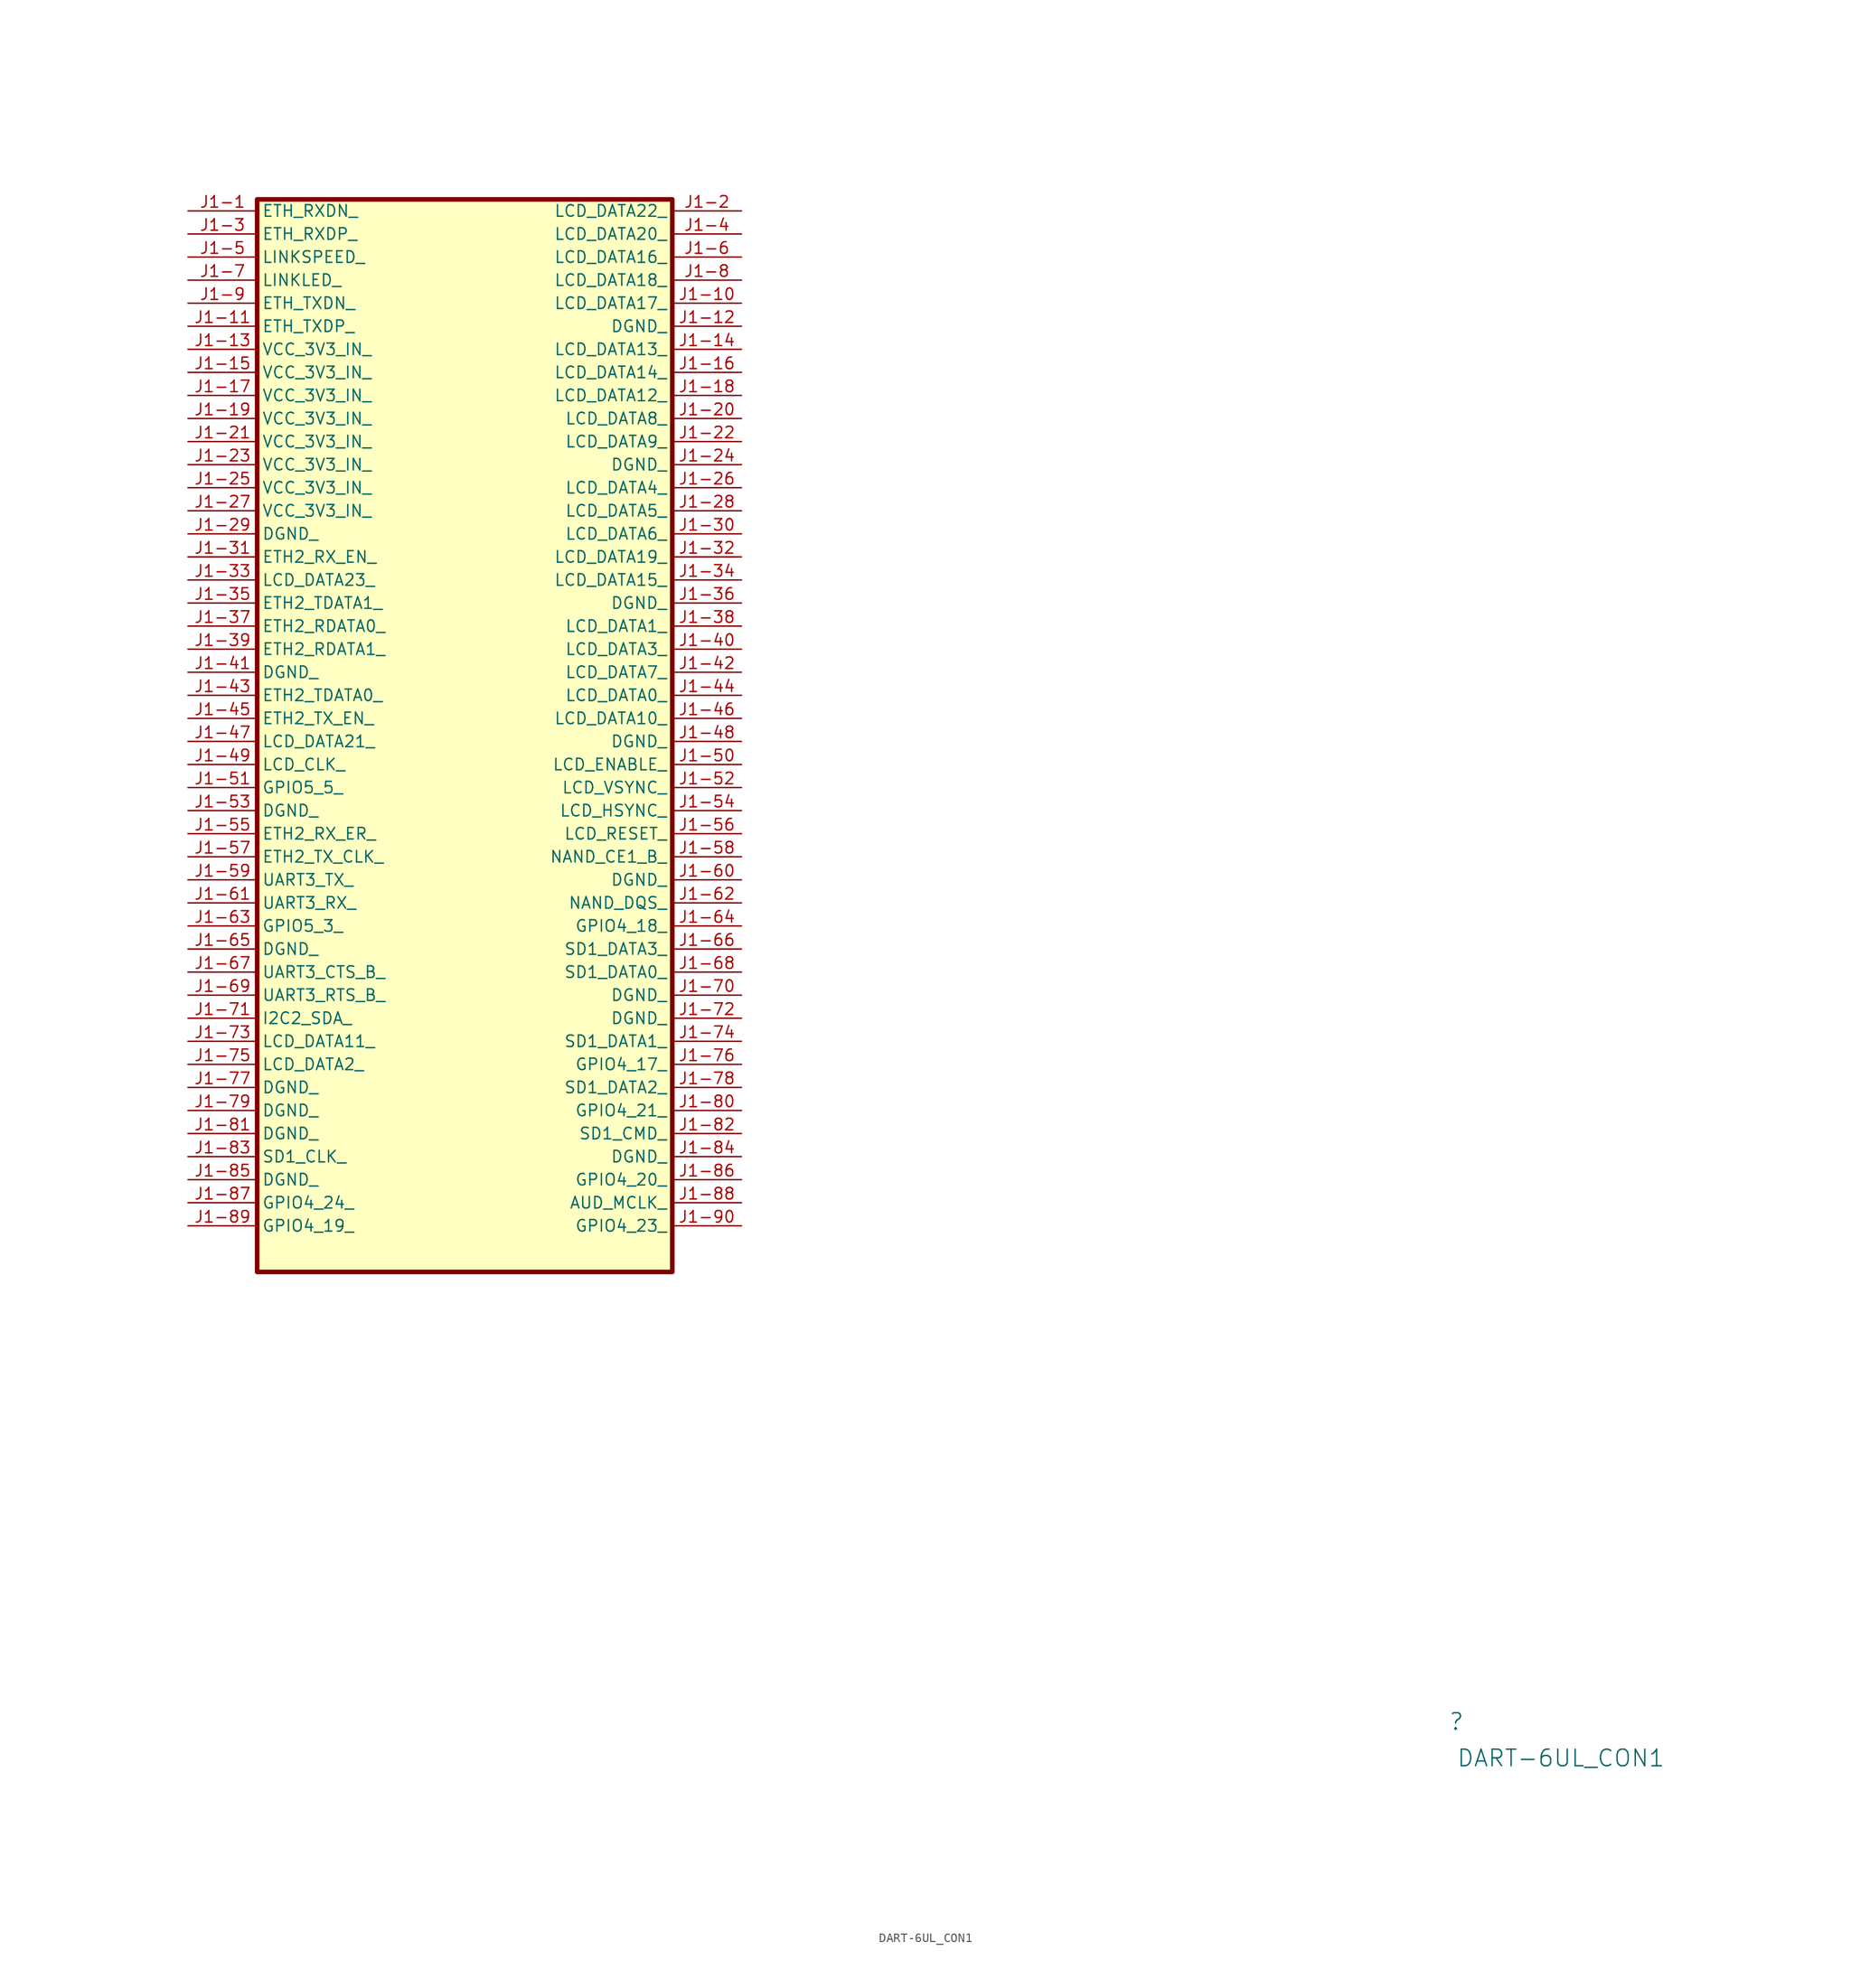
<source format=kicad_sym>
(kicad_symbol_lib
  (version 20241209)
  (generator "kicad_symbol_editor")
  (generator_version "9.0")
  (symbol "DART-6UL_CON1"
    (property "Reference" ""
      (at 7.62 1.27 0)
      (effects (font (size 1.829 1.829))))
    (property "Value" "DART-6UL_CON1"
      (at 7.62 -3.81 0)
      (effects (font (size 1.829 1.829)) (justify left bottom)))
    (symbol "DART-6UL_CON1_1_0"
      (rectangle (start -78.74 168.91) (end -124.46 50.8) (stroke (width 0.508) (type solid) (color 128 0 0 1)) (fill (type background)))
      (pin passive line (at -132.08 167.64 0) (length 7.62) (name "ETH_RXDN_" (effects (font (size 1.27 1.27)))) (number "J1-1" (effects (font (size 1.27 1.27)))))
      (pin passive line (at -132.08 165.1 0) (length 7.62) (name "ETH_RXDP_" (effects (font (size 1.27 1.27)))) (number "J1-3" (effects (font (size 1.27 1.27)))))
      (pin passive line (at -132.08 162.56 0) (length 7.62) (name "LINKSPEED_" (effects (font (size 1.27 1.27)))) (number "J1-5" (effects (font (size 1.27 1.27)))))
      (pin passive line (at -132.08 160.02 0) (length 7.62) (name "LINKLED_" (effects (font (size 1.27 1.27)))) (number "J1-7" (effects (font (size 1.27 1.27)))))
      (pin passive line (at -132.08 157.48 0) (length 7.62) (name "ETH_TXDN_" (effects (font (size 1.27 1.27)))) (number "J1-9" (effects (font (size 1.27 1.27)))))
      (pin passive line (at -132.08 154.94 0) (length 7.62) (name "ETH_TXDP_" (effects (font (size 1.27 1.27)))) (number "J1-11" (effects (font (size 1.27 1.27)))))
      (pin passive line (at -132.08 152.4 0) (length 7.62) (name "VCC_3V3_IN_" (effects (font (size 1.27 1.27)))) (number "J1-13" (effects (font (size 1.27 1.27)))))
      (pin passive line (at -132.08 149.86 0) (length 7.62) (name "VCC_3V3_IN_" (effects (font (size 1.27 1.27)))) (number "J1-15" (effects (font (size 1.27 1.27)))))
      (pin passive line (at -132.08 147.32 0) (length 7.62) (name "VCC_3V3_IN_" (effects (font (size 1.27 1.27)))) (number "J1-17" (effects (font (size 1.27 1.27)))))
      (pin passive line (at -132.08 144.78 0) (length 7.62) (name "VCC_3V3_IN_" (effects (font (size 1.27 1.27)))) (number "J1-19" (effects (font (size 1.27 1.27)))))
      (pin passive line (at -132.08 142.24 0) (length 7.62) (name "VCC_3V3_IN_" (effects (font (size 1.27 1.27)))) (number "J1-21" (effects (font (size 1.27 1.27)))))
      (pin passive line (at -132.08 139.7 0) (length 7.62) (name "VCC_3V3_IN_" (effects (font (size 1.27 1.27)))) (number "J1-23" (effects (font (size 1.27 1.27)))))
      (pin passive line (at -132.08 137.16 0) (length 7.62) (name "VCC_3V3_IN_" (effects (font (size 1.27 1.27)))) (number "J1-25" (effects (font (size 1.27 1.27)))))
      (pin passive line (at -132.08 134.62 0) (length 7.62) (name "VCC_3V3_IN_" (effects (font (size 1.27 1.27)))) (number "J1-27" (effects (font (size 1.27 1.27)))))
      (pin passive line (at -132.08 132.08 0) (length 7.62) (name "DGND_" (effects (font (size 1.27 1.27)))) (number "J1-29" (effects (font (size 1.27 1.27)))))
      (pin passive line (at -132.08 129.54 0) (length 7.62) (name "ETH2_RX_EN_" (effects (font (size 1.27 1.27)))) (number "J1-31" (effects (font (size 1.27 1.27)))))
      (pin passive line (at -132.08 127 0) (length 7.62) (name "LCD_DATA23_" (effects (font (size 1.27 1.27)))) (number "J1-33" (effects (font (size 1.27 1.27)))))
      (pin passive line (at -132.08 124.46 0) (length 7.62) (name "ETH2_TDATA1_" (effects (font (size 1.27 1.27)))) (number "J1-35" (effects (font (size 1.27 1.27)))))
      (pin passive line (at -132.08 121.92 0) (length 7.62) (name "ETH2_RDATA0_" (effects (font (size 1.27 1.27)))) (number "J1-37" (effects (font (size 1.27 1.27)))))
      (pin passive line (at -132.08 119.38 0) (length 7.62) (name "ETH2_RDATA1_" (effects (font (size 1.27 1.27)))) (number "J1-39" (effects (font (size 1.27 1.27)))))
      (pin passive line (at -132.08 116.84 0) (length 7.62) (name "DGND_" (effects (font (size 1.27 1.27)))) (number "J1-41" (effects (font (size 1.27 1.27)))))
      (pin passive line (at -132.08 114.3 0) (length 7.62) (name "ETH2_TDATA0_" (effects (font (size 1.27 1.27)))) (number "J1-43" (effects (font (size 1.27 1.27)))))
      (pin passive line (at -132.08 111.76 0) (length 7.62) (name "ETH2_TX_EN_" (effects (font (size 1.27 1.27)))) (number "J1-45" (effects (font (size 1.27 1.27)))))
      (pin passive line (at -132.08 109.22 0) (length 7.62) (name "LCD_DATA21_" (effects (font (size 1.27 1.27)))) (number "J1-47" (effects (font (size 1.27 1.27)))))
      (pin passive line (at -132.08 106.68 0) (length 7.62) (name "LCD_CLK_" (effects (font (size 1.27 1.27)))) (number "J1-49" (effects (font (size 1.27 1.27)))))
      (pin passive line (at -132.08 104.14 0) (length 7.62) (name "GPIO5_5_" (effects (font (size 1.27 1.27)))) (number "J1-51" (effects (font (size 1.27 1.27)))))
      (pin passive line (at -132.08 101.6 0) (length 7.62) (name "DGND_" (effects (font (size 1.27 1.27)))) (number "J1-53" (effects (font (size 1.27 1.27)))))
      (pin passive line (at -132.08 99.06 0) (length 7.62) (name "ETH2_RX_ER_" (effects (font (size 1.27 1.27)))) (number "J1-55" (effects (font (size 1.27 1.27)))))
      (pin passive line (at -132.08 96.52 0) (length 7.62) (name "ETH2_TX_CLK_" (effects (font (size 1.27 1.27)))) (number "J1-57" (effects (font (size 1.27 1.27)))))
      (pin passive line (at -132.08 93.98 0) (length 7.62) (name "UART3_TX_" (effects (font (size 1.27 1.27)))) (number "J1-59" (effects (font (size 1.27 1.27)))))
      (pin passive line (at -132.08 91.44 0) (length 7.62) (name "UART3_RX_" (effects (font (size 1.27 1.27)))) (number "J1-61" (effects (font (size 1.27 1.27)))))
      (pin passive line (at -132.08 88.9 0) (length 7.62) (name "GPIO5_3_" (effects (font (size 1.27 1.27)))) (number "J1-63" (effects (font (size 1.27 1.27)))))
      (pin passive line (at -132.08 86.36 0) (length 7.62) (name "DGND_" (effects (font (size 1.27 1.27)))) (number "J1-65" (effects (font (size 1.27 1.27)))))
      (pin passive line (at -132.08 83.82 0) (length 7.62) (name "UART3_CTS_B_" (effects (font (size 1.27 1.27)))) (number "J1-67" (effects (font (size 1.27 1.27)))))
      (pin passive line (at -132.08 81.28 0) (length 7.62) (name "UART3_RTS_B_" (effects (font (size 1.27 1.27)))) (number "J1-69" (effects (font (size 1.27 1.27)))))
      (pin passive line (at -132.08 78.74 0) (length 7.62) (name "I2C2_SDA_" (effects (font (size 1.27 1.27)))) (number "J1-71" (effects (font (size 1.27 1.27)))))
      (pin passive line (at -132.08 76.2 0) (length 7.62) (name "LCD_DATA11_" (effects (font (size 1.27 1.27)))) (number "J1-73" (effects (font (size 1.27 1.27)))))
      (pin passive line (at -132.08 73.66 0) (length 7.62) (name "LCD_DATA2_" (effects (font (size 1.27 1.27)))) (number "J1-75" (effects (font (size 1.27 1.27)))))
      (pin passive line (at -132.08 71.12 0) (length 7.62) (name "DGND_" (effects (font (size 1.27 1.27)))) (number "J1-77" (effects (font (size 1.27 1.27)))))
      (pin passive line (at -132.08 68.58 0) (length 7.62) (name "DGND_" (effects (font (size 1.27 1.27)))) (number "J1-79" (effects (font (size 1.27 1.27)))))
      (pin passive line (at -132.08 66.04 0) (length 7.62) (name "DGND_" (effects (font (size 1.27 1.27)))) (number "J1-81" (effects (font (size 1.27 1.27)))))
      (pin passive line (at -132.08 63.5 0) (length 7.62) (name "SD1_CLK_" (effects (font (size 1.27 1.27)))) (number "J1-83" (effects (font (size 1.27 1.27)))))
      (pin passive line (at -132.08 60.96 0) (length 7.62) (name "DGND_" (effects (font (size 1.27 1.27)))) (number "J1-85" (effects (font (size 1.27 1.27)))))
      (pin passive line (at -132.08 58.42 0) (length 7.62) (name "GPIO4_24_" (effects (font (size 1.27 1.27)))) (number "J1-87" (effects (font (size 1.27 1.27)))))
      (pin passive line (at -132.08 55.88 0) (length 7.62) (name "GPIO4_19_" (effects (font (size 1.27 1.27)))) (number "J1-89" (effects (font (size 1.27 1.27)))))
      (pin passive line (at -71.12 167.64 180) (length 7.62) (name "LCD_DATA22_" (effects (font (size 1.27 1.27)))) (number "J1-2" (effects (font (size 1.27 1.27)))))
      (pin passive line (at -71.12 165.1 180) (length 7.62) (name "LCD_DATA20_" (effects (font (size 1.27 1.27)))) (number "J1-4" (effects (font (size 1.27 1.27)))))
      (pin passive line (at -71.12 162.56 180) (length 7.62) (name "LCD_DATA16_" (effects (font (size 1.27 1.27)))) (number "J1-6" (effects (font (size 1.27 1.27)))))
      (pin passive line (at -71.12 160.02 180) (length 7.62) (name "LCD_DATA18_" (effects (font (size 1.27 1.27)))) (number "J1-8" (effects (font (size 1.27 1.27)))))
      (pin passive line (at -71.12 157.48 180) (length 7.62) (name "LCD_DATA17_" (effects (font (size 1.27 1.27)))) (number "J1-10" (effects (font (size 1.27 1.27)))))
      (pin passive line (at -71.12 154.94 180) (length 7.62) (name "DGND_" (effects (font (size 1.27 1.27)))) (number "J1-12" (effects (font (size 1.27 1.27)))))
      (pin passive line (at -71.12 152.4 180) (length 7.62) (name "LCD_DATA13_" (effects (font (size 1.27 1.27)))) (number "J1-14" (effects (font (size 1.27 1.27)))))
      (pin passive line (at -71.12 149.86 180) (length 7.62) (name "LCD_DATA14_" (effects (font (size 1.27 1.27)))) (number "J1-16" (effects (font (size 1.27 1.27)))))
      (pin passive line (at -71.12 147.32 180) (length 7.62) (name "LCD_DATA12_" (effects (font (size 1.27 1.27)))) (number "J1-18" (effects (font (size 1.27 1.27)))))
      (pin passive line (at -71.12 144.78 180) (length 7.62) (name "LCD_DATA8_" (effects (font (size 1.27 1.27)))) (number "J1-20" (effects (font (size 1.27 1.27)))))
      (pin passive line (at -71.12 142.24 180) (length 7.62) (name "LCD_DATA9_" (effects (font (size 1.27 1.27)))) (number "J1-22" (effects (font (size 1.27 1.27)))))
      (pin passive line (at -71.12 139.7 180) (length 7.62) (name "DGND_" (effects (font (size 1.27 1.27)))) (number "J1-24" (effects (font (size 1.27 1.27)))))
      (pin passive line (at -71.12 137.16 180) (length 7.62) (name "LCD_DATA4_" (effects (font (size 1.27 1.27)))) (number "J1-26" (effects (font (size 1.27 1.27)))))
      (pin passive line (at -71.12 134.62 180) (length 7.62) (name "LCD_DATA5_" (effects (font (size 1.27 1.27)))) (number "J1-28" (effects (font (size 1.27 1.27)))))
      (pin passive line (at -71.12 132.08 180) (length 7.62) (name "LCD_DATA6_" (effects (font (size 1.27 1.27)))) (number "J1-30" (effects (font (size 1.27 1.27)))))
      (pin passive line (at -71.12 129.54 180) (length 7.62) (name "LCD_DATA19_" (effects (font (size 1.27 1.27)))) (number "J1-32" (effects (font (size 1.27 1.27)))))
      (pin passive line (at -71.12 127 180) (length 7.62) (name "LCD_DATA15_" (effects (font (size 1.27 1.27)))) (number "J1-34" (effects (font (size 1.27 1.27)))))
      (pin passive line (at -71.12 124.46 180) (length 7.62) (name "DGND_" (effects (font (size 1.27 1.27)))) (number "J1-36" (effects (font (size 1.27 1.27)))))
      (pin passive line (at -71.12 121.92 180) (length 7.62) (name "LCD_DATA1_" (effects (font (size 1.27 1.27)))) (number "J1-38" (effects (font (size 1.27 1.27)))))
      (pin passive line (at -71.12 119.38 180) (length 7.62) (name "LCD_DATA3_" (effects (font (size 1.27 1.27)))) (number "J1-40" (effects (font (size 1.27 1.27)))))
      (pin passive line (at -71.12 116.84 180) (length 7.62) (name "LCD_DATA7_" (effects (font (size 1.27 1.27)))) (number "J1-42" (effects (font (size 1.27 1.27)))))
      (pin passive line (at -71.12 114.3 180) (length 7.62) (name "LCD_DATA0_" (effects (font (size 1.27 1.27)))) (number "J1-44" (effects (font (size 1.27 1.27)))))
      (pin passive line (at -71.12 111.76 180) (length 7.62) (name "LCD_DATA10_" (effects (font (size 1.27 1.27)))) (number "J1-46" (effects (font (size 1.27 1.27)))))
      (pin passive line (at -71.12 109.22 180) (length 7.62) (name "DGND_" (effects (font (size 1.27 1.27)))) (number "J1-48" (effects (font (size 1.27 1.27)))))
      (pin passive line (at -71.12 106.68 180) (length 7.62) (name "LCD_ENABLE_" (effects (font (size 1.27 1.27)))) (number "J1-50" (effects (font (size 1.27 1.27)))))
      (pin passive line (at -71.12 104.14 180) (length 7.62) (name "LCD_VSYNC_" (effects (font (size 1.27 1.27)))) (number "J1-52" (effects (font (size 1.27 1.27)))))
      (pin passive line (at -71.12 101.6 180) (length 7.62) (name "LCD_HSYNC_" (effects (font (size 1.27 1.27)))) (number "J1-54" (effects (font (size 1.27 1.27)))))
      (pin passive line (at -71.12 99.06 180) (length 7.62) (name "LCD_RESET_" (effects (font (size 1.27 1.27)))) (number "J1-56" (effects (font (size 1.27 1.27)))))
      (pin passive line (at -71.12 96.52 180) (length 7.62) (name "NAND_CE1_B_" (effects (font (size 1.27 1.27)))) (number "J1-58" (effects (font (size 1.27 1.27)))))
      (pin passive line (at -71.12 93.98 180) (length 7.62) (name "DGND_" (effects (font (size 1.27 1.27)))) (number "J1-60" (effects (font (size 1.27 1.27)))))
      (pin passive line (at -71.12 91.44 180) (length 7.62) (name "NAND_DQS_" (effects (font (size 1.27 1.27)))) (number "J1-62" (effects (font (size 1.27 1.27)))))
      (pin passive line (at -71.12 88.9 180) (length 7.62) (name "GPIO4_18_" (effects (font (size 1.27 1.27)))) (number "J1-64" (effects (font (size 1.27 1.27)))))
      (pin passive line (at -71.12 86.36 180) (length 7.62) (name "SD1_DATA3_" (effects (font (size 1.27 1.27)))) (number "J1-66" (effects (font (size 1.27 1.27)))))
      (pin passive line (at -71.12 83.82 180) (length 7.62) (name "SD1_DATA0_" (effects (font (size 1.27 1.27)))) (number "J1-68" (effects (font (size 1.27 1.27)))))
      (pin passive line (at -71.12 81.28 180) (length 7.62) (name "DGND_" (effects (font (size 1.27 1.27)))) (number "J1-70" (effects (font (size 1.27 1.27)))))
      (pin passive line (at -71.12 78.74 180) (length 7.62) (name "DGND_" (effects (font (size 1.27 1.27)))) (number "J1-72" (effects (font (size 1.27 1.27)))))
      (pin passive line (at -71.12 76.2 180) (length 7.62) (name "SD1_DATA1_" (effects (font (size 1.27 1.27)))) (number "J1-74" (effects (font (size 1.27 1.27)))))
      (pin passive line (at -71.12 73.66 180) (length 7.62) (name "GPIO4_17_" (effects (font (size 1.27 1.27)))) (number "J1-76" (effects (font (size 1.27 1.27)))))
      (pin passive line (at -71.12 71.12 180) (length 7.62) (name "SD1_DATA2_" (effects (font (size 1.27 1.27)))) (number "J1-78" (effects (font (size 1.27 1.27)))))
      (pin passive line (at -71.12 68.58 180) (length 7.62) (name "GPIO4_21_" (effects (font (size 1.27 1.27)))) (number "J1-80" (effects (font (size 1.27 1.27)))))
      (pin passive line (at -71.12 66.04 180) (length 7.62) (name "SD1_CMD_" (effects (font (size 1.27 1.27)))) (number "J1-82" (effects (font (size 1.27 1.27)))))
      (pin passive line (at -71.12 63.5 180) (length 7.62) (name "DGND_" (effects (font (size 1.27 1.27)))) (number "J1-84" (effects (font (size 1.27 1.27)))))
      (pin passive line (at -71.12 60.96 180) (length 7.62) (name "GPIO4_20_" (effects (font (size 1.27 1.27)))) (number "J1-86" (effects (font (size 1.27 1.27)))))
      (pin passive line (at -71.12 58.42 180) (length 7.62) (name "AUD_MCLK_" (effects (font (size 1.27 1.27)))) (number "J1-88" (effects (font (size 1.27 1.27)))))
      (pin passive line (at -71.12 55.88 180) (length 7.62) (name "GPIO4_23_" (effects (font (size 1.27 1.27)))) (number "J1-90" (effects (font (size 1.27 1.27))))))))
</source>
